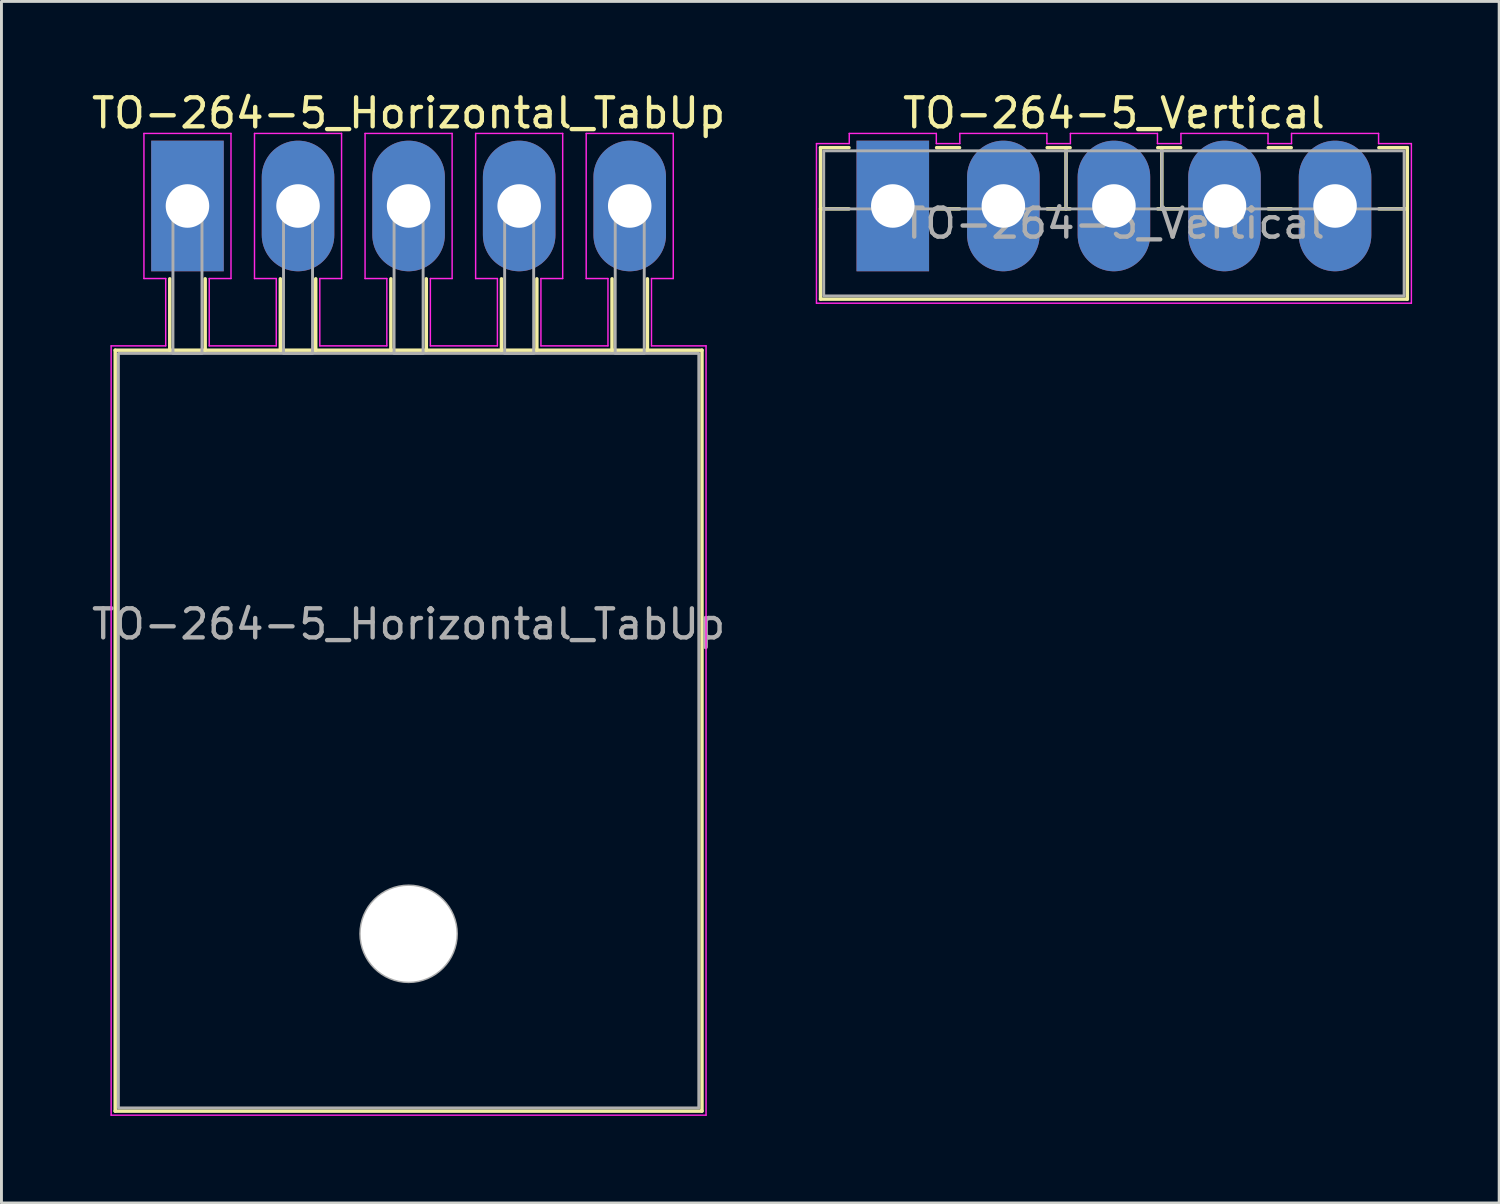
<source format=kicad_pcb>
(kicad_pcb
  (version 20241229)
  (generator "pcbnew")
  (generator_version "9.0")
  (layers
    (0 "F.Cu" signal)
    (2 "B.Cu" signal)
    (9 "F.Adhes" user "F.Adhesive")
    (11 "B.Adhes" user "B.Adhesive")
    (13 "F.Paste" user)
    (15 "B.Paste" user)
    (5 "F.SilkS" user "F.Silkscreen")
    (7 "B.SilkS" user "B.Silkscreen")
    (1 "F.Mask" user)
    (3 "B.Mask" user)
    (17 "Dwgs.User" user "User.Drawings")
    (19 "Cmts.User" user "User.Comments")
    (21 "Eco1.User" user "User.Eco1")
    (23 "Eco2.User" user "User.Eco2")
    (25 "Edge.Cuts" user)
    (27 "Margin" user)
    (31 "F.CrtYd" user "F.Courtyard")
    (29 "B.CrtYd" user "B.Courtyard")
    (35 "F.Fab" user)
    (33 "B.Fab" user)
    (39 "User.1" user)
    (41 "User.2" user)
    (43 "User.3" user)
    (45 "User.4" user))
  (footprint "TO-264-5_Vertical"
    (layer "F.Cu")
    (at 27.715 4.048)
    (property "Reference" "TO-264-5_Vertical" (at 7.62 -3.2 0) (layer "F.SilkS") (effects (font (size 1 1) (thickness 0.15))))
    (attr through_hole)
    (fp_line (start -2.49 -2.01) (end -1.51 -2.01) (stroke (width 0.12) (type solid)) (layer "F.SilkS"))
    (fp_line (start -2.49 0.1) (end -1.51 0.1) (stroke (width 0.12) (type solid)) (layer "F.SilkS"))
    (fp_line (start -2.49 3.21) (end -2.49 -2.01) (stroke (width 0.12) (type solid)) (layer "F.SilkS"))
    (fp_line (start 1.51 -2.01) (end 2.3 -2.01) (stroke (width 0.12) (type solid)) (layer "F.SilkS"))
    (fp_line (start 1.51 0.1) (end 2.3 0.1) (stroke (width 0.12) (type solid)) (layer "F.SilkS"))
    (fp_line (start 5.32 -2.01) (end 6.11 -2.01) (stroke (width 0.12) (type solid)) (layer "F.SilkS"))
    (fp_line (start 5.32 0.1) (end 6.11 0.1) (stroke (width 0.12) (type solid)) (layer "F.SilkS"))
    (fp_line (start 5.97 -2.01) (end 5.97 0.1) (stroke (width 0.12) (type solid)) (layer "F.SilkS"))
    (fp_line (start 9.13 -2.01) (end 9.92 -2.01) (stroke (width 0.12) (type solid)) (layer "F.SilkS"))
    (fp_line (start 9.13 0.1) (end 9.92 0.1) (stroke (width 0.12) (type solid)) (layer "F.SilkS"))
    (fp_line (start 9.27 -2.01) (end 9.27 0.1) (stroke (width 0.12) (type solid)) (layer "F.SilkS"))
    (fp_line (start 12.94 -2.01) (end 13.73 -2.01) (stroke (width 0.12) (type solid)) (layer "F.SilkS"))
    (fp_line (start 12.94 0.1) (end 13.73 0.1) (stroke (width 0.12) (type solid)) (layer "F.SilkS"))
    (fp_line (start 16.75 -2.01) (end 17.73 -2.01) (stroke (width 0.12) (type solid)) (layer "F.SilkS"))
    (fp_line (start 16.75 0.1) (end 17.73 0.1) (stroke (width 0.12) (type solid)) (layer "F.SilkS"))
    (fp_line (start 17.73 -2.01) (end 17.73 3.21) (stroke (width 0.12) (type solid)) (layer "F.SilkS"))
    (fp_line (start 17.73 3.21) (end -2.49 3.21) (stroke (width 0.12) (type solid)) (layer "F.SilkS"))
    (fp_line (start -2.63 -2.15) (end -1.5 -2.15) (stroke (width 0.05) (type solid)) (layer "F.CrtYd"))
    (fp_line (start -2.63 3.35) (end -2.63 -2.15) (stroke (width 0.05) (type solid)) (layer "F.CrtYd"))
    (fp_line (start -1.5 -2.5) (end 1.5 -2.5) (stroke (width 0.05) (type solid)) (layer "F.CrtYd"))
    (fp_line (start -1.5 -2.15) (end -1.5 -2.5) (stroke (width 0.05) (type solid)) (layer "F.CrtYd"))
    (fp_line (start 1.5 -2.5) (end 1.5 -2.15) (stroke (width 0.05) (type solid)) (layer "F.CrtYd"))
    (fp_line (start 1.5 -2.15) (end 2.31 -2.15) (stroke (width 0.05) (type solid)) (layer "F.CrtYd"))
    (fp_line (start 2.31 -2.5) (end 5.31 -2.5) (stroke (width 0.05) (type solid)) (layer "F.CrtYd"))
    (fp_line (start 2.31 -2.15) (end 2.31 -2.5) (stroke (width 0.05) (type solid)) (layer "F.CrtYd"))
    (fp_line (start 5.31 -2.5) (end 5.31 -2.15) (stroke (width 0.05) (type solid)) (layer "F.CrtYd"))
    (fp_line (start 5.31 -2.15) (end 6.12 -2.15) (stroke (width 0.05) (type solid)) (layer "F.CrtYd"))
    (fp_line (start 6.12 -2.5) (end 9.12 -2.5) (stroke (width 0.05) (type solid)) (layer "F.CrtYd"))
    (fp_line (start 6.12 -2.15) (end 6.12 -2.5) (stroke (width 0.05) (type solid)) (layer "F.CrtYd"))
    (fp_line (start 9.12 -2.5) (end 9.12 -2.15) (stroke (width 0.05) (type solid)) (layer "F.CrtYd"))
    (fp_line (start 9.12 -2.15) (end 9.93 -2.15) (stroke (width 0.05) (type solid)) (layer "F.CrtYd"))
    (fp_line (start 9.93 -2.5) (end 12.93 -2.5) (stroke (width 0.05) (type solid)) (layer "F.CrtYd"))
    (fp_line (start 9.93 -2.15) (end 9.93 -2.5) (stroke (width 0.05) (type solid)) (layer "F.CrtYd"))
    (fp_line (start 12.93 -2.5) (end 12.93 -2.15) (stroke (width 0.05) (type solid)) (layer "F.CrtYd"))
    (fp_line (start 12.93 -2.15) (end 13.74 -2.15) (stroke (width 0.05) (type solid)) (layer "F.CrtYd"))
    (fp_line (start 13.74 -2.5) (end 16.74 -2.5) (stroke (width 0.05) (type solid)) (layer "F.CrtYd"))
    (fp_line (start 13.74 -2.15) (end 13.74 -2.5) (stroke (width 0.05) (type solid)) (layer "F.CrtYd"))
    (fp_line (start 16.74 -2.5) (end 16.74 -2.15) (stroke (width 0.05) (type solid)) (layer "F.CrtYd"))
    (fp_line (start 16.74 -2.15) (end 17.87 -2.15) (stroke (width 0.05) (type solid)) (layer "F.CrtYd"))
    (fp_line (start 17.87 -2.15) (end 17.87 3.35) (stroke (width 0.05) (type solid)) (layer "F.CrtYd"))
    (fp_line (start 17.87 3.35) (end -2.63 3.35) (stroke (width 0.05) (type solid)) (layer "F.CrtYd"))
    (fp_line (start -2.38 0.1) (end 17.62 0.1) (stroke (width 0.1) (type solid)) (layer "F.Fab"))
    (fp_line (start 5.97 -1.9) (end 5.97 0.1) (stroke (width 0.1) (type solid)) (layer "F.Fab"))
    (fp_line (start 9.27 -1.9) (end 9.27 0.1) (stroke (width 0.1) (type solid)) (layer "F.Fab"))
    (fp_rect (start -2.38 -1.9) (end 17.62 3.1) (stroke (width 0.1) (type solid)) (fill no) (layer "F.Fab"))
    (fp_text user "${REFERENCE}" (at 7.62 0.6 0) (layer "F.Fab") (effects (font (size 1 1) (thickness 0.15))))
    (pad "1" thru_hole rect (at 0 0) (size 2.5 4.5) (drill 1.5) (layers "*.Cu" "*.Mask"))
    (pad "2" thru_hole oval (at 3.81 0) (size 2.5 4.5) (drill 1.5) (layers "*.Cu" "*.Mask"))
    (pad "3" thru_hole oval (at 7.62 0) (size 2.5 4.5) (drill 1.5) (layers "*.Cu" "*.Mask"))
    (pad "4" thru_hole oval (at 11.43 0) (size 2.5 4.5) (drill 1.5) (layers "*.Cu" "*.Mask"))
    (pad "5" thru_hole oval (at 15.24 0) (size 2.5 4.5) (drill 1.5) (layers "*.Cu" "*.Mask")))
  (footprint "TO-264-5_Horizontal_TabUp"
    (layer "F.Cu")
    (at 3.41 4.048)
    (property "Reference" "TO-264-5_Horizontal_TabUp" (at 7.62 -3.2 0) (layer "F.SilkS") (effects (font (size 1 1) (thickness 0.15))))
    (attr through_hole)
    (fp_line (start -2.49 4.97) (end -2.49 31.19) (stroke (width 0.12) (type solid)) (layer "F.SilkS"))
    (fp_line (start -2.49 4.97) (end 17.73 4.97) (stroke (width 0.12) (type solid)) (layer "F.SilkS"))
    (fp_line (start -2.49 31.19) (end 17.73 31.19) (stroke (width 0.12) (type solid)) (layer "F.SilkS"))
    (fp_line (start -0.61 4.97) (end -0.61 2.51) (stroke (width 0.12) (type solid)) (layer "F.SilkS"))
    (fp_line (start 0.61 4.97) (end 0.61 2.51) (stroke (width 0.12) (type solid)) (layer "F.SilkS"))
    (fp_line (start 3.2 4.97) (end 3.2 2.51) (stroke (width 0.12) (type solid)) (layer "F.SilkS"))
    (fp_line (start 4.42 4.97) (end 4.42 2.51) (stroke (width 0.12) (type solid)) (layer "F.SilkS"))
    (fp_line (start 7.01 4.97) (end 7.01 2.51) (stroke (width 0.12) (type solid)) (layer "F.SilkS"))
    (fp_line (start 8.23 4.97) (end 8.23 2.51) (stroke (width 0.12) (type solid)) (layer "F.SilkS"))
    (fp_line (start 10.82 4.97) (end 10.82 2.51) (stroke (width 0.12) (type solid)) (layer "F.SilkS"))
    (fp_line (start 12.04 4.97) (end 12.04 2.51) (stroke (width 0.12) (type solid)) (layer "F.SilkS"))
    (fp_line (start 14.63 4.97) (end 14.63 2.51) (stroke (width 0.12) (type solid)) (layer "F.SilkS"))
    (fp_line (start 15.85 4.97) (end 15.85 2.51) (stroke (width 0.12) (type solid)) (layer "F.SilkS"))
    (fp_line (start 17.73 4.97) (end 17.73 31.19) (stroke (width 0.12) (type solid)) (layer "F.SilkS"))
    (fp_line (start -2.63 4.82) (end -0.75 4.82) (stroke (width 0.05) (type solid)) (layer "F.CrtYd"))
    (fp_line (start -2.63 31.33) (end -2.63 4.82) (stroke (width 0.05) (type solid)) (layer "F.CrtYd"))
    (fp_line (start -1.5 -2.5) (end 1.5 -2.5) (stroke (width 0.05) (type solid)) (layer "F.CrtYd"))
    (fp_line (start -1.5 2.5) (end -1.5 -2.5) (stroke (width 0.05) (type solid)) (layer "F.CrtYd"))
    (fp_line (start -0.75 2.5) (end -1.5 2.5) (stroke (width 0.05) (type solid)) (layer "F.CrtYd"))
    (fp_line (start -0.75 4.82) (end -0.75 2.5) (stroke (width 0.05) (type solid)) (layer "F.CrtYd"))
    (fp_line (start 0.75 2.5) (end 0.75 4.82) (stroke (width 0.05) (type solid)) (layer "F.CrtYd"))
    (fp_line (start 0.75 4.82) (end 3.06 4.82) (stroke (width 0.05) (type solid)) (layer "F.CrtYd"))
    (fp_line (start 1.5 -2.5) (end 1.5 2.5) (stroke (width 0.05) (type solid)) (layer "F.CrtYd"))
    (fp_line (start 1.5 2.5) (end 0.75 2.5) (stroke (width 0.05) (type solid)) (layer "F.CrtYd"))
    (fp_line (start 2.31 -2.5) (end 5.31 -2.5) (stroke (width 0.05) (type solid)) (layer "F.CrtYd"))
    (fp_line (start 2.31 2.5) (end 2.31 -2.5) (stroke (width 0.05) (type solid)) (layer "F.CrtYd"))
    (fp_line (start 3.06 2.5) (end 2.31 2.5) (stroke (width 0.05) (type solid)) (layer "F.CrtYd"))
    (fp_line (start 3.06 4.82) (end 3.06 2.5) (stroke (width 0.05) (type solid)) (layer "F.CrtYd"))
    (fp_line (start 4.56 2.5) (end 4.56 4.82) (stroke (width 0.05) (type solid)) (layer "F.CrtYd"))
    (fp_line (start 4.56 4.82) (end 6.87 4.82) (stroke (width 0.05) (type solid)) (layer "F.CrtYd"))
    (fp_line (start 5.31 -2.5) (end 5.31 2.5) (stroke (width 0.05) (type solid)) (layer "F.CrtYd"))
    (fp_line (start 5.31 2.5) (end 4.56 2.5) (stroke (width 0.05) (type solid)) (layer "F.CrtYd"))
    (fp_line (start 6.12 -2.5) (end 9.12 -2.5) (stroke (width 0.05) (type solid)) (layer "F.CrtYd"))
    (fp_line (start 6.12 2.5) (end 6.12 -2.5) (stroke (width 0.05) (type solid)) (layer "F.CrtYd"))
    (fp_line (start 6.87 2.5) (end 6.12 2.5) (stroke (width 0.05) (type solid)) (layer "F.CrtYd"))
    (fp_line (start 6.87 4.82) (end 6.87 2.5) (stroke (width 0.05) (type solid)) (layer "F.CrtYd"))
    (fp_line (start 8.37 2.5) (end 8.37 4.82) (stroke (width 0.05) (type solid)) (layer "F.CrtYd"))
    (fp_line (start 8.37 4.82) (end 10.68 4.82) (stroke (width 0.05) (type solid)) (layer "F.CrtYd"))
    (fp_line (start 9.12 -2.5) (end 9.12 2.5) (stroke (width 0.05) (type solid)) (layer "F.CrtYd"))
    (fp_line (start 9.12 2.5) (end 8.37 2.5) (stroke (width 0.05) (type solid)) (layer "F.CrtYd"))
    (fp_line (start 9.93 -2.5) (end 12.93 -2.5) (stroke (width 0.05) (type solid)) (layer "F.CrtYd"))
    (fp_line (start 9.93 2.5) (end 9.93 -2.5) (stroke (width 0.05) (type solid)) (layer "F.CrtYd"))
    (fp_line (start 10.68 2.5) (end 9.93 2.5) (stroke (width 0.05) (type solid)) (layer "F.CrtYd"))
    (fp_line (start 10.68 4.82) (end 10.68 2.5) (stroke (width 0.05) (type solid)) (layer "F.CrtYd"))
    (fp_line (start 12.18 2.5) (end 12.18 4.82) (stroke (width 0.05) (type solid)) (layer "F.CrtYd"))
    (fp_line (start 12.18 4.82) (end 14.49 4.82) (stroke (width 0.05) (type solid)) (layer "F.CrtYd"))
    (fp_line (start 12.93 -2.5) (end 12.93 2.5) (stroke (width 0.05) (type solid)) (layer "F.CrtYd"))
    (fp_line (start 12.93 2.5) (end 12.18 2.5) (stroke (width 0.05) (type solid)) (layer "F.CrtYd"))
    (fp_line (start 13.74 -2.5) (end 16.74 -2.5) (stroke (width 0.05) (type solid)) (layer "F.CrtYd"))
    (fp_line (start 13.74 2.5) (end 13.74 -2.5) (stroke (width 0.05) (type solid)) (layer "F.CrtYd"))
    (fp_line (start 14.49 2.5) (end 13.74 2.5) (stroke (width 0.05) (type solid)) (layer "F.CrtYd"))
    (fp_line (start 14.49 4.82) (end 14.49 2.5) (stroke (width 0.05) (type solid)) (layer "F.CrtYd"))
    (fp_line (start 15.99 2.5) (end 15.99 4.82) (stroke (width 0.05) (type solid)) (layer "F.CrtYd"))
    (fp_line (start 15.99 4.82) (end 17.87 4.82) (stroke (width 0.05) (type solid)) (layer "F.CrtYd"))
    (fp_line (start 16.74 -2.5) (end 16.74 2.5) (stroke (width 0.05) (type solid)) (layer "F.CrtYd"))
    (fp_line (start 16.74 2.5) (end 15.99 2.5) (stroke (width 0.05) (type solid)) (layer "F.CrtYd"))
    (fp_line (start 17.87 4.82) (end 17.87 31.33) (stroke (width 0.05) (type solid)) (layer "F.CrtYd"))
    (fp_line (start 17.87 31.33) (end -2.63 31.33) (stroke (width 0.05) (type solid)) (layer "F.CrtYd"))
    (fp_rect (start -2.38 5.08) (end 17.62 31.08) (stroke (width 0.1) (type solid)) (fill no) (layer "F.Fab"))
    (fp_rect (start -0.5 0) (end 0.5 5.08) (stroke (width 0.1) (type solid)) (fill no) (layer "F.Fab"))
    (fp_rect (start 3.31 0) (end 4.31 5.08) (stroke (width 0.1) (type solid)) (fill no) (layer "F.Fab"))
    (fp_rect (start 7.12 0) (end 8.12 5.08) (stroke (width 0.1) (type solid)) (fill no) (layer "F.Fab"))
    (fp_rect (start 10.93 0) (end 11.93 5.08) (stroke (width 0.1) (type solid)) (fill no) (layer "F.Fab"))
    (fp_rect (start 14.74 0) (end 15.74 5.08) (stroke (width 0.1) (type solid)) (fill no) (layer "F.Fab"))
    (fp_circle (center 7.62 25.08) (end 9.27 25.08) (stroke (width 0.1) (type solid)) (fill no) (layer "F.Fab"))
    (fp_text user "${REFERENCE}" (at 7.62 14.41 0) (layer "F.Fab") (effects (font (size 1 1) (thickness 0.15))))
    (pad "" np_thru_hole circle (at 7.62 25.08) (size 3.3 3.3) (drill 3.3) (layers "*.Cu" "*.Mask"))
    (pad "1" thru_hole rect (at 0 0) (size 2.5 4.5) (drill 1.5) (layers "*.Cu" "*.Mask"))
    (pad "2" thru_hole oval (at 3.81 0) (size 2.5 4.5) (drill 1.5) (layers "*.Cu" "*.Mask"))
    (pad "3" thru_hole oval (at 7.62 0) (size 2.5 4.5) (drill 1.5) (layers "*.Cu" "*.Mask"))
    (pad "4" thru_hole oval (at 11.43 0) (size 2.5 4.5) (drill 1.5) (layers "*.Cu" "*.Mask"))
    (pad "5" thru_hole oval (at 15.24 0) (size 2.5 4.5) (drill 1.5) (layers "*.Cu" "*.Mask")))
  (gr_rect
    (start -3 -3)
    (end 48.61 38.403)
    (stroke (width 0.1) (type default))
    (fill no)
    (layer "Edge.Cuts")))
</source>
